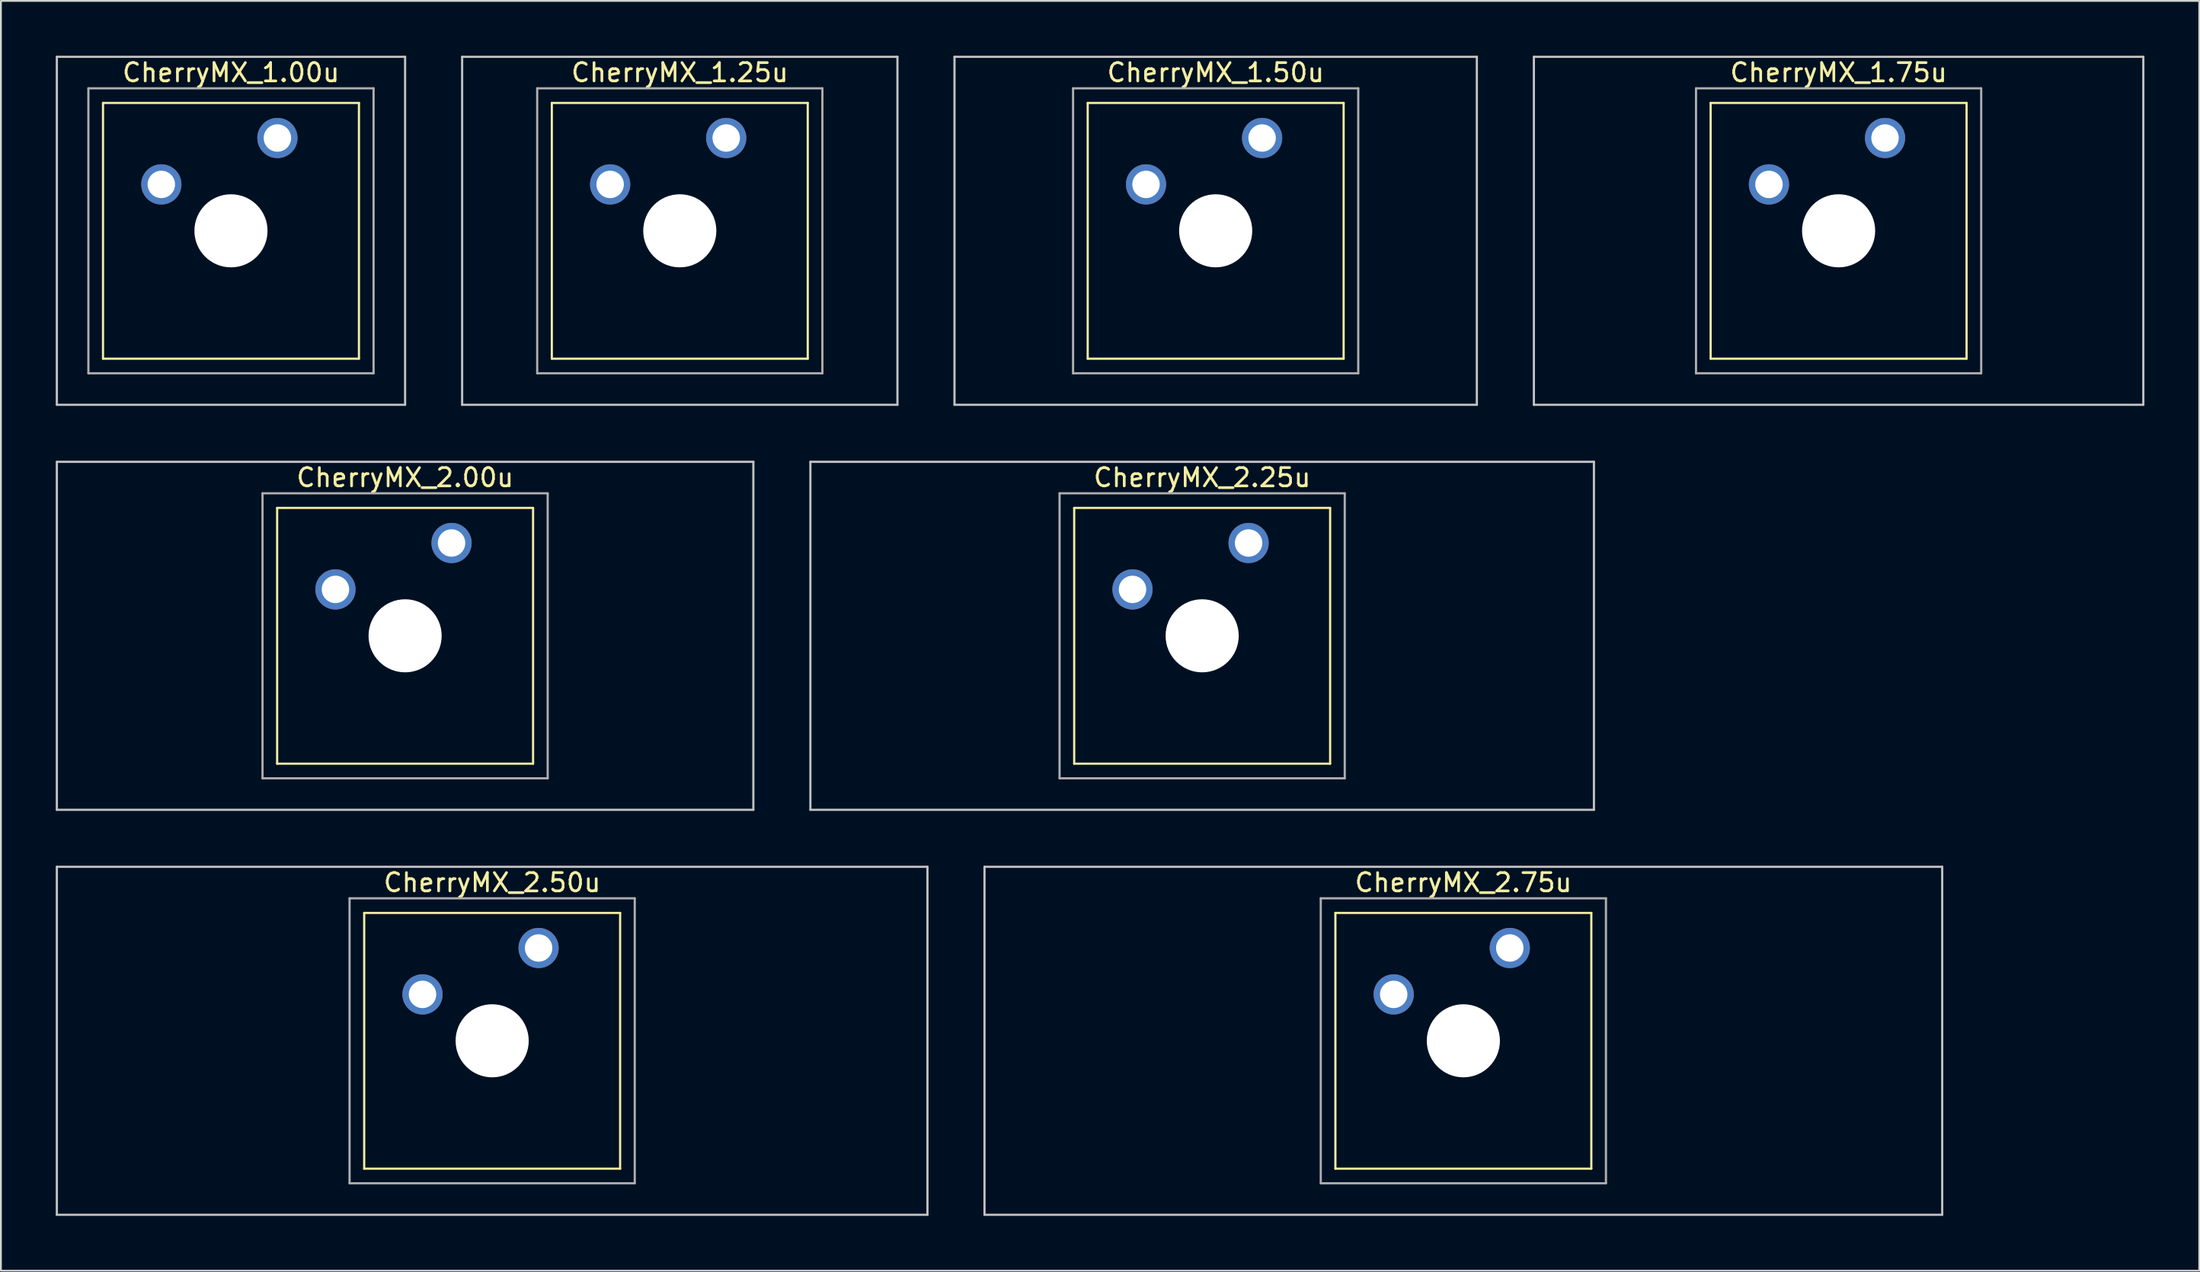
<source format=kicad_pcb>
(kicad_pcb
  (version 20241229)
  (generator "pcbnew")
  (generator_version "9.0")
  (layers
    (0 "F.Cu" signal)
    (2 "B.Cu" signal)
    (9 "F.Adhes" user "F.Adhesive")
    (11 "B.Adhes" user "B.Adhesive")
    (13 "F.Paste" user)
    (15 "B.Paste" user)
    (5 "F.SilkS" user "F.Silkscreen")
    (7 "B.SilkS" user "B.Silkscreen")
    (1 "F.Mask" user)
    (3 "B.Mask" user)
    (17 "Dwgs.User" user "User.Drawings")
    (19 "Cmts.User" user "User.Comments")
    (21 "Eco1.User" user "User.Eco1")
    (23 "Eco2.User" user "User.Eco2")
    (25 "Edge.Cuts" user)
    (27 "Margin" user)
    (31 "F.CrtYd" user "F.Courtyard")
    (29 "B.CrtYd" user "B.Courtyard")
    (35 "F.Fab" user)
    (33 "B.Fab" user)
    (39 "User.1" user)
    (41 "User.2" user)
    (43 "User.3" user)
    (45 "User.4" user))
  (footprint "CherryMX_2.00u"
    (layer "F.Cu")
    (at 19.11 31.755)
    (property "Reference" "CherryMX_2.00u" (at 0 -8.662 0) (layer "F.SilkS") (effects (font (size 1 1) (thickness 0.15))))
    (attr through_hole)
    (fp_line (start -7 -7) (end -7 7) (stroke (width 0.12) (type solid)) (layer "F.SilkS"))
    (fp_line (start -7 -7) (end 7 -7) (stroke (width 0.12) (type solid)) (layer "F.SilkS"))
    (fp_line (start 7 -7) (end 7 7) (stroke (width 0.12) (type solid)) (layer "F.SilkS"))
    (fp_line (start 7 7) (end -7 7) (stroke (width 0.12) (type solid)) (layer "F.SilkS"))
    (fp_line (start -19.05 -9.525) (end 19.05 -9.525) (stroke (width 0.12) (type solid)) (layer "Dwgs.User"))
    (fp_line (start -19.05 9.525) (end -19.05 -9.525) (stroke (width 0.12) (type solid)) (layer "Dwgs.User"))
    (fp_line (start 19.05 -9.525) (end 19.05 9.525) (stroke (width 0.12) (type solid)) (layer "Dwgs.User"))
    (fp_line (start 19.05 9.525) (end -19.05 9.525) (stroke (width 0.12) (type solid)) (layer "Dwgs.User"))
    (fp_line (start -7.8 -7.8) (end -7.8 7.8) (stroke (width 0.12) (type solid)) (layer "F.Fab"))
    (fp_line (start -7.8 -7.8) (end 7.8 -7.8) (stroke (width 0.12) (type solid)) (layer "F.Fab"))
    (fp_line (start -7.8 7.8) (end 7.8 7.8) (stroke (width 0.12) (type solid)) (layer "F.Fab"))
    (fp_line (start 7.8 -7.8) (end 7.8 7.8) (stroke (width 0.12) (type solid)) (layer "F.Fab"))
    (pad "" np_thru_hole circle (at 0 0) (size 4 4) (drill 4) (layers "*.Cu" "*.Mask"))
    (pad "1" thru_hole circle (at -3.81 -2.54) (size 2.2 2.2) (drill 1.5) (layers "*.Cu" "*.Mask"))
    (pad "2" thru_hole circle (at 2.54 -5.08) (size 2.2 2.2) (drill 1.5) (layers "*.Cu" "*.Mask")))
  (footprint "CherryMX_1.00u"
    (layer "F.Cu")
    (at 9.585 9.585)
    (property "Reference" "CherryMX_1.00u" (at 0 -8.662 0) (layer "F.SilkS") (effects (font (size 1 1) (thickness 0.15))))
    (attr through_hole)
    (fp_line (start -7 -7) (end -7 7) (stroke (width 0.12) (type solid)) (layer "F.SilkS"))
    (fp_line (start -7 -7) (end 7 -7) (stroke (width 0.12) (type solid)) (layer "F.SilkS"))
    (fp_line (start 7 -7) (end 7 7) (stroke (width 0.12) (type solid)) (layer "F.SilkS"))
    (fp_line (start 7 7) (end -7 7) (stroke (width 0.12) (type solid)) (layer "F.SilkS"))
    (fp_line (start -9.525 -9.525) (end 9.525 -9.525) (stroke (width 0.12) (type solid)) (layer "Dwgs.User"))
    (fp_line (start -9.525 9.525) (end -9.525 -9.525) (stroke (width 0.12) (type solid)) (layer "Dwgs.User"))
    (fp_line (start 9.525 -9.525) (end 9.525 9.525) (stroke (width 0.12) (type solid)) (layer "Dwgs.User"))
    (fp_line (start 9.525 9.525) (end -9.525 9.525) (stroke (width 0.12) (type solid)) (layer "Dwgs.User"))
    (fp_line (start -7.8 -7.8) (end -7.8 7.8) (stroke (width 0.12) (type solid)) (layer "F.Fab"))
    (fp_line (start -7.8 -7.8) (end 7.8 -7.8) (stroke (width 0.12) (type solid)) (layer "F.Fab"))
    (fp_line (start -7.8 7.8) (end 7.8 7.8) (stroke (width 0.12) (type solid)) (layer "F.Fab"))
    (fp_line (start 7.8 -7.8) (end 7.8 7.8) (stroke (width 0.12) (type solid)) (layer "F.Fab"))
    (pad "" np_thru_hole circle (at 0 0) (size 4 4) (drill 4) (layers "*.Cu" "*.Mask"))
    (pad "1" thru_hole circle (at -3.81 -2.54) (size 2.2 2.2) (drill 1.5) (layers "*.Cu" "*.Mask"))
    (pad "2" thru_hole circle (at 2.54 -5.08) (size 2.2 2.2) (drill 1.5) (layers "*.Cu" "*.Mask")))
  (footprint "CherryMX_1.75u"
    (layer "F.Cu")
    (at 97.526 9.585)
    (property "Reference" "CherryMX_1.75u" (at 0 -8.662 0) (layer "F.SilkS") (effects (font (size 1 1) (thickness 0.15))))
    (attr through_hole)
    (fp_line (start -7 -7) (end -7 7) (stroke (width 0.12) (type solid)) (layer "F.SilkS"))
    (fp_line (start -7 -7) (end 7 -7) (stroke (width 0.12) (type solid)) (layer "F.SilkS"))
    (fp_line (start 7 -7) (end 7 7) (stroke (width 0.12) (type solid)) (layer "F.SilkS"))
    (fp_line (start 7 7) (end -7 7) (stroke (width 0.12) (type solid)) (layer "F.SilkS"))
    (fp_line (start -16.669 -9.525) (end 16.669 -9.525) (stroke (width 0.12) (type solid)) (layer "Dwgs.User"))
    (fp_line (start -16.669 9.525) (end -16.669 -9.525) (stroke (width 0.12) (type solid)) (layer "Dwgs.User"))
    (fp_line (start 16.669 -9.525) (end 16.669 9.525) (stroke (width 0.12) (type solid)) (layer "Dwgs.User"))
    (fp_line (start 16.669 9.525) (end -16.669 9.525) (stroke (width 0.12) (type solid)) (layer "Dwgs.User"))
    (fp_line (start -7.8 -7.8) (end -7.8 7.8) (stroke (width 0.12) (type solid)) (layer "F.Fab"))
    (fp_line (start -7.8 -7.8) (end 7.8 -7.8) (stroke (width 0.12) (type solid)) (layer "F.Fab"))
    (fp_line (start -7.8 7.8) (end 7.8 7.8) (stroke (width 0.12) (type solid)) (layer "F.Fab"))
    (fp_line (start 7.8 -7.8) (end 7.8 7.8) (stroke (width 0.12) (type solid)) (layer "F.Fab"))
    (pad "" np_thru_hole circle (at 0 0) (size 4 4) (drill 4) (layers "*.Cu" "*.Mask"))
    (pad "1" thru_hole circle (at -3.81 -2.54) (size 2.2 2.2) (drill 1.5) (layers "*.Cu" "*.Mask"))
    (pad "2" thru_hole circle (at 2.54 -5.08) (size 2.2 2.2) (drill 1.5) (layers "*.Cu" "*.Mask")))
  (footprint "CherryMX_2.75u"
    (layer "F.Cu")
    (at 76.999 53.925)
    (property "Reference" "CherryMX_2.75u" (at 0 -8.662 0) (layer "F.SilkS") (effects (font (size 1 1) (thickness 0.15))))
    (attr through_hole)
    (fp_line (start -7 -7) (end -7 7) (stroke (width 0.12) (type solid)) (layer "F.SilkS"))
    (fp_line (start -7 -7) (end 7 -7) (stroke (width 0.12) (type solid)) (layer "F.SilkS"))
    (fp_line (start 7 -7) (end 7 7) (stroke (width 0.12) (type solid)) (layer "F.SilkS"))
    (fp_line (start 7 7) (end -7 7) (stroke (width 0.12) (type solid)) (layer "F.SilkS"))
    (fp_line (start -26.194 -9.525) (end 26.194 -9.525) (stroke (width 0.12) (type solid)) (layer "Dwgs.User"))
    (fp_line (start -26.194 9.525) (end -26.194 -9.525) (stroke (width 0.12) (type solid)) (layer "Dwgs.User"))
    (fp_line (start 26.194 -9.525) (end 26.194 9.525) (stroke (width 0.12) (type solid)) (layer "Dwgs.User"))
    (fp_line (start 26.194 9.525) (end -26.194 9.525) (stroke (width 0.12) (type solid)) (layer "Dwgs.User"))
    (fp_line (start -7.8 -7.8) (end -7.8 7.8) (stroke (width 0.12) (type solid)) (layer "F.Fab"))
    (fp_line (start -7.8 -7.8) (end 7.8 -7.8) (stroke (width 0.12) (type solid)) (layer "F.Fab"))
    (fp_line (start -7.8 7.8) (end 7.8 7.8) (stroke (width 0.12) (type solid)) (layer "F.Fab"))
    (fp_line (start 7.8 -7.8) (end 7.8 7.8) (stroke (width 0.12) (type solid)) (layer "F.Fab"))
    (pad "" np_thru_hole circle (at 0 0) (size 4 4) (drill 4) (layers "*.Cu" "*.Mask"))
    (pad "1" thru_hole circle (at -3.81 -2.54) (size 2.2 2.2) (drill 1.5) (layers "*.Cu" "*.Mask"))
    (pad "2" thru_hole circle (at 2.54 -5.08) (size 2.2 2.2) (drill 1.5) (layers "*.Cu" "*.Mask")))
  (footprint "CherryMX_2.50u"
    (layer "F.Cu")
    (at 23.872 53.925)
    (property "Reference" "CherryMX_2.50u" (at 0 -8.662 0) (layer "F.SilkS") (effects (font (size 1 1) (thickness 0.15))))
    (attr through_hole)
    (fp_line (start -7 -7) (end -7 7) (stroke (width 0.12) (type solid)) (layer "F.SilkS"))
    (fp_line (start -7 -7) (end 7 -7) (stroke (width 0.12) (type solid)) (layer "F.SilkS"))
    (fp_line (start 7 -7) (end 7 7) (stroke (width 0.12) (type solid)) (layer "F.SilkS"))
    (fp_line (start 7 7) (end -7 7) (stroke (width 0.12) (type solid)) (layer "F.SilkS"))
    (fp_line (start -23.812 -9.525) (end 23.812 -9.525) (stroke (width 0.12) (type solid)) (layer "Dwgs.User"))
    (fp_line (start -23.812 9.525) (end -23.812 -9.525) (stroke (width 0.12) (type solid)) (layer "Dwgs.User"))
    (fp_line (start 23.812 -9.525) (end 23.812 9.525) (stroke (width 0.12) (type solid)) (layer "Dwgs.User"))
    (fp_line (start 23.812 9.525) (end -23.812 9.525) (stroke (width 0.12) (type solid)) (layer "Dwgs.User"))
    (fp_line (start -7.8 -7.8) (end -7.8 7.8) (stroke (width 0.12) (type solid)) (layer "F.Fab"))
    (fp_line (start -7.8 -7.8) (end 7.8 -7.8) (stroke (width 0.12) (type solid)) (layer "F.Fab"))
    (fp_line (start -7.8 7.8) (end 7.8 7.8) (stroke (width 0.12) (type solid)) (layer "F.Fab"))
    (fp_line (start 7.8 -7.8) (end 7.8 7.8) (stroke (width 0.12) (type solid)) (layer "F.Fab"))
    (pad "" np_thru_hole circle (at 0 0) (size 4 4) (drill 4) (layers "*.Cu" "*.Mask"))
    (pad "1" thru_hole circle (at -3.81 -2.54) (size 2.2 2.2) (drill 1.5) (layers "*.Cu" "*.Mask"))
    (pad "2" thru_hole circle (at 2.54 -5.08) (size 2.2 2.2) (drill 1.5) (layers "*.Cu" "*.Mask")))
  (footprint "CherryMX_1.25u"
    (layer "F.Cu")
    (at 34.136 9.585)
    (property "Reference" "CherryMX_1.25u" (at 0 -8.662 0) (layer "F.SilkS") (effects (font (size 1 1) (thickness 0.15))))
    (attr through_hole)
    (fp_line (start -7 -7) (end -7 7) (stroke (width 0.12) (type solid)) (layer "F.SilkS"))
    (fp_line (start -7 -7) (end 7 -7) (stroke (width 0.12) (type solid)) (layer "F.SilkS"))
    (fp_line (start 7 -7) (end 7 7) (stroke (width 0.12) (type solid)) (layer "F.SilkS"))
    (fp_line (start 7 7) (end -7 7) (stroke (width 0.12) (type solid)) (layer "F.SilkS"))
    (fp_line (start -11.906 -9.525) (end 11.906 -9.525) (stroke (width 0.12) (type solid)) (layer "Dwgs.User"))
    (fp_line (start -11.906 9.525) (end -11.906 -9.525) (stroke (width 0.12) (type solid)) (layer "Dwgs.User"))
    (fp_line (start 11.906 -9.525) (end 11.906 9.525) (stroke (width 0.12) (type solid)) (layer "Dwgs.User"))
    (fp_line (start 11.906 9.525) (end -11.906 9.525) (stroke (width 0.12) (type solid)) (layer "Dwgs.User"))
    (fp_line (start -7.8 -7.8) (end -7.8 7.8) (stroke (width 0.12) (type solid)) (layer "F.Fab"))
    (fp_line (start -7.8 -7.8) (end 7.8 -7.8) (stroke (width 0.12) (type solid)) (layer "F.Fab"))
    (fp_line (start -7.8 7.8) (end 7.8 7.8) (stroke (width 0.12) (type solid)) (layer "F.Fab"))
    (fp_line (start 7.8 -7.8) (end 7.8 7.8) (stroke (width 0.12) (type solid)) (layer "F.Fab"))
    (pad "" np_thru_hole circle (at 0 0) (size 4 4) (drill 4) (layers "*.Cu" "*.Mask"))
    (pad "1" thru_hole circle (at -3.81 -2.54) (size 2.2 2.2) (drill 1.5) (layers "*.Cu" "*.Mask"))
    (pad "2" thru_hole circle (at 2.54 -5.08) (size 2.2 2.2) (drill 1.5) (layers "*.Cu" "*.Mask")))
  (footprint "CherryMX_2.25u"
    (layer "F.Cu")
    (at 62.711 31.755)
    (property "Reference" "CherryMX_2.25u" (at 0 -8.662 0) (layer "F.SilkS") (effects (font (size 1 1) (thickness 0.15))))
    (attr through_hole)
    (fp_line (start -7 -7) (end -7 7) (stroke (width 0.12) (type solid)) (layer "F.SilkS"))
    (fp_line (start -7 -7) (end 7 -7) (stroke (width 0.12) (type solid)) (layer "F.SilkS"))
    (fp_line (start 7 -7) (end 7 7) (stroke (width 0.12) (type solid)) (layer "F.SilkS"))
    (fp_line (start 7 7) (end -7 7) (stroke (width 0.12) (type solid)) (layer "F.SilkS"))
    (fp_line (start -21.431 -9.525) (end 21.431 -9.525) (stroke (width 0.12) (type solid)) (layer "Dwgs.User"))
    (fp_line (start -21.431 9.525) (end -21.431 -9.525) (stroke (width 0.12) (type solid)) (layer "Dwgs.User"))
    (fp_line (start 21.431 -9.525) (end 21.431 9.525) (stroke (width 0.12) (type solid)) (layer "Dwgs.User"))
    (fp_line (start 21.431 9.525) (end -21.431 9.525) (stroke (width 0.12) (type solid)) (layer "Dwgs.User"))
    (fp_line (start -7.8 -7.8) (end -7.8 7.8) (stroke (width 0.12) (type solid)) (layer "F.Fab"))
    (fp_line (start -7.8 -7.8) (end 7.8 -7.8) (stroke (width 0.12) (type solid)) (layer "F.Fab"))
    (fp_line (start -7.8 7.8) (end 7.8 7.8) (stroke (width 0.12) (type solid)) (layer "F.Fab"))
    (fp_line (start 7.8 -7.8) (end 7.8 7.8) (stroke (width 0.12) (type solid)) (layer "F.Fab"))
    (pad "" np_thru_hole circle (at 0 0) (size 4 4) (drill 4) (layers "*.Cu" "*.Mask"))
    (pad "1" thru_hole circle (at -3.81 -2.54) (size 2.2 2.2) (drill 1.5) (layers "*.Cu" "*.Mask"))
    (pad "2" thru_hole circle (at 2.54 -5.08) (size 2.2 2.2) (drill 1.5) (layers "*.Cu" "*.Mask")))
  (footprint "CherryMX_1.50u"
    (layer "F.Cu")
    (at 63.45 9.585)
    (property "Reference" "CherryMX_1.50u" (at 0 -8.662 0) (layer "F.SilkS") (effects (font (size 1 1) (thickness 0.15))))
    (attr through_hole)
    (fp_line (start -7 -7) (end -7 7) (stroke (width 0.12) (type solid)) (layer "F.SilkS"))
    (fp_line (start -7 -7) (end 7 -7) (stroke (width 0.12) (type solid)) (layer "F.SilkS"))
    (fp_line (start 7 -7) (end 7 7) (stroke (width 0.12) (type solid)) (layer "F.SilkS"))
    (fp_line (start 7 7) (end -7 7) (stroke (width 0.12) (type solid)) (layer "F.SilkS"))
    (fp_line (start -14.287 -9.525) (end 14.287 -9.525) (stroke (width 0.12) (type solid)) (layer "Dwgs.User"))
    (fp_line (start -14.287 9.525) (end -14.287 -9.525) (stroke (width 0.12) (type solid)) (layer "Dwgs.User"))
    (fp_line (start 14.287 -9.525) (end 14.287 9.525) (stroke (width 0.12) (type solid)) (layer "Dwgs.User"))
    (fp_line (start 14.287 9.525) (end -14.287 9.525) (stroke (width 0.12) (type solid)) (layer "Dwgs.User"))
    (fp_line (start -7.8 -7.8) (end -7.8 7.8) (stroke (width 0.12) (type solid)) (layer "F.Fab"))
    (fp_line (start -7.8 -7.8) (end 7.8 -7.8) (stroke (width 0.12) (type solid)) (layer "F.Fab"))
    (fp_line (start -7.8 7.8) (end 7.8 7.8) (stroke (width 0.12) (type solid)) (layer "F.Fab"))
    (fp_line (start 7.8 -7.8) (end 7.8 7.8) (stroke (width 0.12) (type solid)) (layer "F.Fab"))
    (pad "" np_thru_hole circle (at 0 0) (size 4 4) (drill 4) (layers "*.Cu" "*.Mask"))
    (pad "1" thru_hole circle (at -3.81 -2.54) (size 2.2 2.2) (drill 1.5) (layers "*.Cu" "*.Mask"))
    (pad "2" thru_hole circle (at 2.54 -5.08) (size 2.2 2.2) (drill 1.5) (layers "*.Cu" "*.Mask")))
  (gr_rect
    (start -3 -3)
    (end 117.255 66.51)
    (stroke (width 0.1) (type default))
    (fill no)
    (layer "Edge.Cuts")))
</source>
